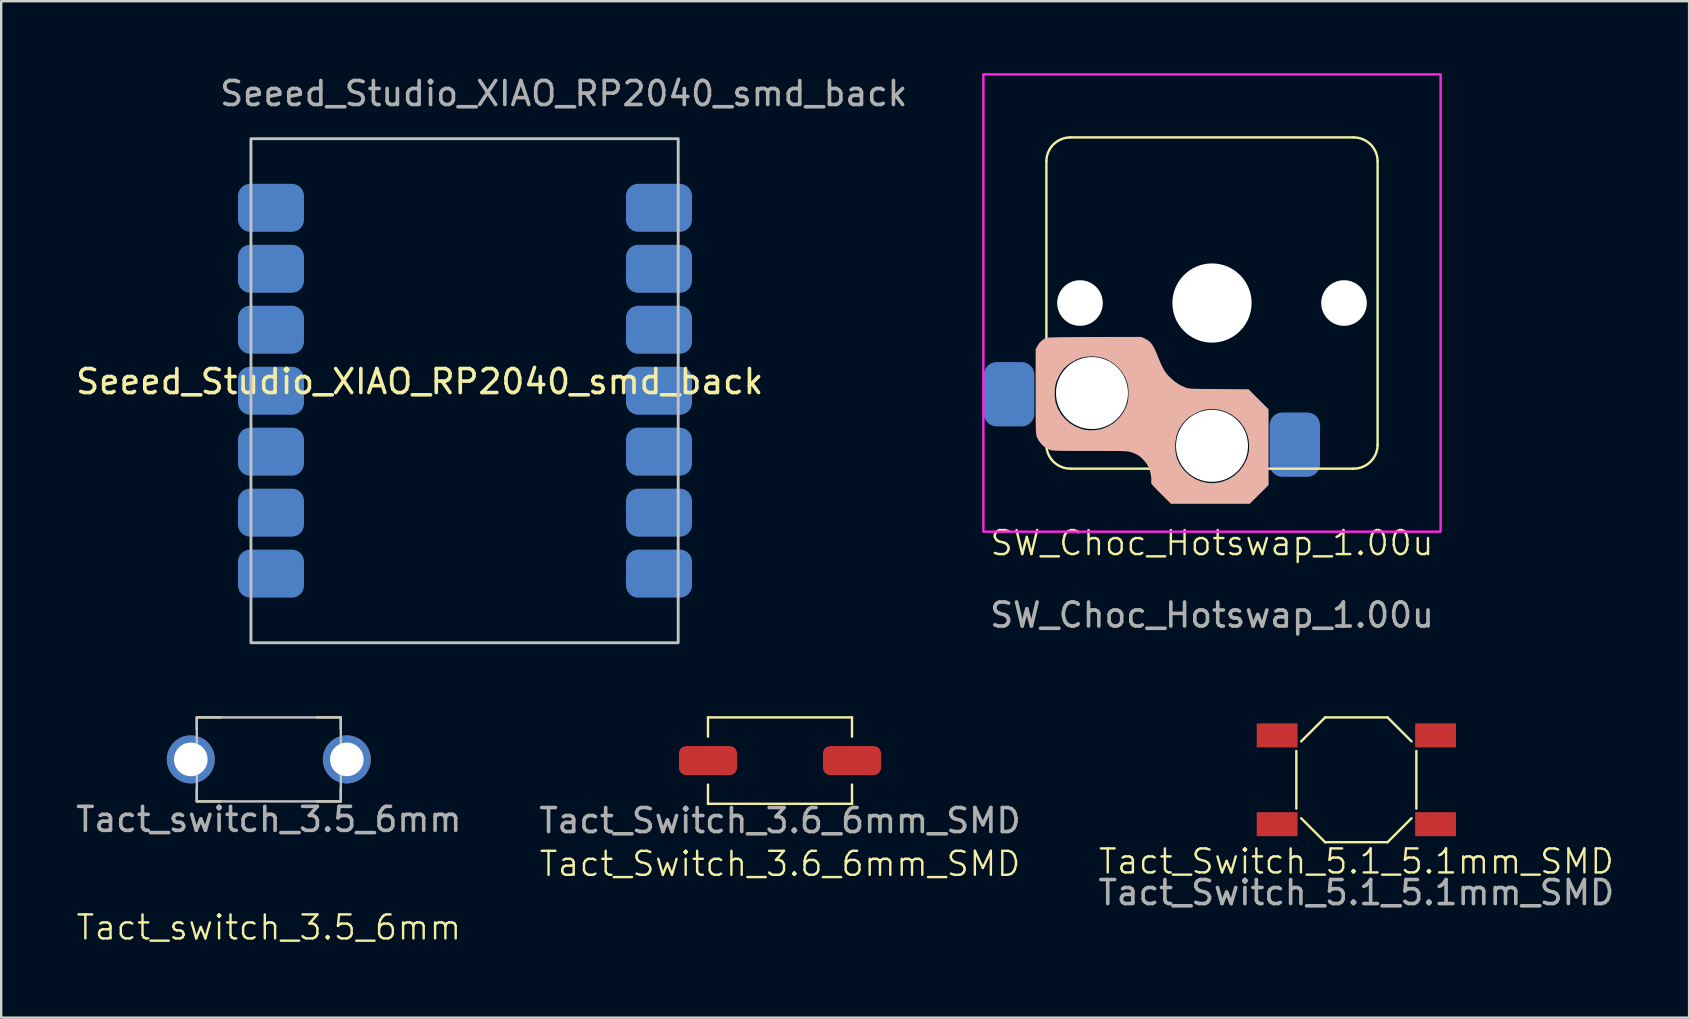
<source format=kicad_pcb>
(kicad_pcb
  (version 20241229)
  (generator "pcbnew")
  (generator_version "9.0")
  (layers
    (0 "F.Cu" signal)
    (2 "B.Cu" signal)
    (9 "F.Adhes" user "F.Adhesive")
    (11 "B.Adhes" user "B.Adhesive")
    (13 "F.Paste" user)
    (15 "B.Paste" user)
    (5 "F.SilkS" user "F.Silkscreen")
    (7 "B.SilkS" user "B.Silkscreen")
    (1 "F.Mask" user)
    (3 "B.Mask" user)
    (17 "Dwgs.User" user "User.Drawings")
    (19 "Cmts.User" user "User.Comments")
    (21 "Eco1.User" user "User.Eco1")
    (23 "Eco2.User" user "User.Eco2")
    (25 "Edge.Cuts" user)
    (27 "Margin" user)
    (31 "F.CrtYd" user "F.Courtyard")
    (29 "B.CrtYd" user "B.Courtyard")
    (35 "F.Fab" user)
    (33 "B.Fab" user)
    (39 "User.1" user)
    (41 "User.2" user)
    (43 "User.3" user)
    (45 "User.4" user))
  (footprint "Tact_Switch_5.1_5.1mm_SMD"
    (layer "F.Cu")
    (at 53.458 29.438)
    (property "Reference" "Tact_Switch_5.1_5.1mm_SMD" (at 0 3.4 0) (unlocked yes) (layer "F.SilkS") (effects (font (size 1 1) (thickness 0.1))))
    (attr smd)
    (fp_line (start -2.5 -1.2) (end -2.5 1.2) (stroke (width 0.1) (type default)) (layer "F.SilkS"))
    (fp_line (start -2.3 1.6) (end -1.3 2.6) (stroke (width 0.1) (type default)) (layer "F.SilkS"))
    (fp_line (start -1.3 -2.6) (end -2.3 -1.6) (stroke (width 0.1) (type default)) (layer "F.SilkS"))
    (fp_line (start -1.3 2.6) (end 1.3 2.6) (stroke (width 0.1) (type default)) (layer "F.SilkS"))
    (fp_line (start 1.3 -2.6) (end -1.3 -2.6) (stroke (width 0.1) (type default)) (layer "F.SilkS"))
    (fp_line (start 1.3 2.6) (end 2.3 1.6) (stroke (width 0.1) (type default)) (layer "F.SilkS"))
    (fp_line (start 2.3 -1.6) (end 1.3 -2.6) (stroke (width 0.1) (type default)) (layer "F.SilkS"))
    (fp_line (start 2.5 -1.2) (end 2.5 1.2) (stroke (width 0.1) (type default)) (layer "F.SilkS"))
    (fp_text user "${REFERENCE}" (at 0 4.7 0) (unlocked yes) (layer "F.Fab") (effects (font (size 1 1) (thickness 0.15))))
    (pad "1" smd rect (at -3.3 -1.85) (size 1.7 1) (layers "F.Cu" "F.Mask" "F.Paste"))
    (pad "2" smd rect (at 3.3 -1.85) (size 1.7 1) (layers "F.Cu" "F.Mask" "F.Paste"))
    (pad "3" smd rect (at -3.3 1.85) (size 1.7 1) (layers "F.Cu" "F.Mask" "F.Paste"))
    (pad "4" smd rect (at 3.3 1.85) (size 1.7 1) (layers "F.Cu" "F.Mask" "F.Paste")))
  (footprint "Seeed_Studio_XIAO_RP2040_smd_back"
    (layer "F.Cu")
    (at 16.405 12.728)
    (property "Reference" "Seeed_Studio_XIAO_RP2040_smd_back" (at -1.97 0.12 0) (unlocked yes) (layer "F.SilkS") (effects (font (size 1 1) (thickness 0.15))))
    (attr smd)
    (fp_rect (start -9 -10) (end 8.8 11) (stroke (width 0.12) (type solid)) (fill no) (layer "Dwgs.User"))
    (fp_text user "${REFERENCE}" (at 4.03 -11.88 0) (unlocked yes) (layer "F.Fab") (effects (font (size 1 1) (thickness 0.15))))
    (pad "1" smd roundrect (at -8.165 -7.12) (size 2.75 2) (layers "B.Cu" "B.Mask" "B.Paste") (roundrect_rratio 0.25))
    (pad "2" smd roundrect (at -8.165 -4.58) (size 2.75 2) (layers "B.Cu" "B.Mask" "B.Paste") (roundrect_rratio 0.25))
    (pad "3" smd roundrect (at -8.165 -2.04) (size 2.75 2) (layers "B.Cu" "B.Mask" "B.Paste") (roundrect_rratio 0.25))
    (pad "4" smd roundrect (at -8.165 0.5) (size 2.75 2) (layers "B.Cu" "B.Mask" "B.Paste") (roundrect_rratio 0.25))
    (pad "5" smd roundrect (at -8.165 3.04) (size 2.75 2) (layers "B.Cu" "B.Mask" "B.Paste") (roundrect_rratio 0.25))
    (pad "6" smd roundrect (at -8.165 5.58) (size 2.75 2) (layers "B.Cu" "B.Mask" "B.Paste") (roundrect_rratio 0.25))
    (pad "7" smd roundrect (at -8.165 8.12) (size 2.75 2) (layers "B.Cu" "B.Mask" "B.Paste") (roundrect_rratio 0.25))
    (pad "8" smd roundrect (at 8 8.12) (size 2.75 2) (layers "B.Cu" "B.Mask" "B.Paste") (roundrect_rratio 0.25))
    (pad "9" smd roundrect (at 8 5.58) (size 2.75 2) (layers "B.Cu" "B.Mask" "B.Paste") (roundrect_rratio 0.25))
    (pad "10" smd roundrect (at 8 3.04) (size 2.75 2) (layers "B.Cu" "B.Mask" "B.Paste") (roundrect_rratio 0.25))
    (pad "11" smd roundrect (at 8 0.5) (size 2.75 2) (layers "B.Cu" "B.Mask" "B.Paste") (roundrect_rratio 0.25))
    (pad "12" smd roundrect (at 8 -2.04) (size 2.75 2) (layers "B.Cu" "B.Mask" "B.Paste") (roundrect_rratio 0.25))
    (pad "13" smd roundrect (at 8 -4.58) (size 2.75 2) (layers "B.Cu" "B.Mask" "B.Paste") (roundrect_rratio 0.25))
    (pad "14" smd roundrect (at 8 -7.12) (size 2.75 2) (layers "B.Cu" "B.Mask" "B.Paste") (roundrect_rratio 0.25)))
  (footprint "Tact_Switch_3.6_6mm_SMD"
    (layer "F.Cu")
    (at 29.446 28.638)
    (property "Reference" "Tact_Switch_3.6_6mm_SMD" (at 0 4.3 0) (unlocked yes) (layer "F.SilkS") (effects (font (size 1 1) (thickness 0.1))))
    (attr smd)
    (fp_line (start -3 -1.8) (end -3 -1) (stroke (width 0.1) (type default)) (layer "F.SilkS"))
    (fp_line (start -3 -1.8) (end 3 -1.8) (stroke (width 0.1) (type default)) (layer "F.SilkS"))
    (fp_line (start -3 1.8) (end -3 1) (stroke (width 0.1) (type default)) (layer "F.SilkS"))
    (fp_line (start -3 1.8) (end 3 1.8) (stroke (width 0.1) (type default)) (layer "F.SilkS"))
    (fp_line (start 3 -1.8) (end 3 -1) (stroke (width 0.1) (type default)) (layer "F.SilkS"))
    (fp_line (start 3 1.8) (end 3 1) (stroke (width 0.1) (type default)) (layer "F.SilkS"))
    (fp_text user "${REFERENCE}" (at 0 2.5 0) (unlocked yes) (layer "F.Fab") (effects (font (size 1 1) (thickness 0.15))))
    (pad "1" smd roundrect (at -3 0) (size 2.42 1.21) (layers "F.Cu" "F.Mask" "F.Paste") (roundrect_rratio 0.25))
    (pad "2" smd roundrect (at 3 0) (size 2.42 1.21) (layers "F.Cu" "F.Mask" "F.Paste") (roundrect_rratio 0.25)))
  (footprint "SW_Choc_Hotswap_1.00u"
    (layer "F.Cu")
    (at 47.444 9.575)
    (property "Reference" "SW_Choc_Hotswap_1.00u" (at 0 10 0) (unlocked yes) (layer "F.SilkS") (effects (font (size 1 1) (thickness 0.1))))
    (attr smd)
    (fp_line (start -6.9 -5.9) (end -6.9 5.9) (stroke (width 0.1) (type default)) (layer "F.SilkS"))
    (fp_line (start -5.9 -6.9) (end 5.9 -6.9) (stroke (width 0.1) (type default)) (layer "F.SilkS"))
    (fp_line (start -5.9 6.9) (end -1.5 6.9) (stroke (width 0.1) (type default)) (layer "F.SilkS"))
    (fp_line (start 5.9 6.9) (end 1.4 6.9) (stroke (width 0.1) (type default)) (layer "F.SilkS"))
    (fp_line (start 6.9 -5.9) (end 6.9 5.9) (stroke (width 0.1) (type default)) (layer "F.SilkS"))
    (fp_arc (start -6.9 -5.9) (mid -6.607107 -6.607107) (end -5.9 -6.9) (stroke (width 0.1) (type default)) (layer "F.SilkS"))
    (fp_arc (start -5.9 6.9) (mid -6.607107 6.607107) (end -6.9 5.9) (stroke (width 0.1) (type default)) (layer "F.SilkS"))
    (fp_arc (start 5.9 -6.9) (mid 6.607107 -6.607107) (end 6.9 -5.9) (stroke (width 0.1) (type default)) (layer "F.SilkS"))
    (fp_arc (start 6.9 5.9) (mid 6.607107 6.607107) (end 5.9 6.9) (stroke (width 0.1) (type default)) (layer "F.SilkS"))
    (fp_poly (pts (xy -2.807 1.476) (xy -2.7 1.533) (xy -2.61 1.597) (xy -2.532 1.678) (xy -2.459 1.783) (xy -2.387 1.919) (xy -2.309 2.093) (xy -2.256 2.225) (xy -2.17 2.434) (xy -2.096 2.602) (xy -2.026 2.738) (xy -1.956 2.853) (xy -1.881 2.955) (xy -1.794 3.054) (xy -1.783 3.065) (xy -1.565 3.263) (xy -1.325 3.42) (xy -1.112 3.516) (xy -1.071 3.531) (xy -1.032 3.542) (xy -0.988 3.552) (xy -0.935 3.56) (xy -0.868 3.566) (xy -0.781 3.571) (xy -0.67 3.575) (xy -0.529 3.578) (xy -0.353 3.58) (xy -0.138 3.582) (xy 0.123 3.584) (xy 0.289 3.585) (xy 1.522 3.593) (xy 1.94 4.009) (xy 2.357 4.425) (xy 2.357 6.003) (xy 2.357 7.581) (xy 1.966 7.972) (xy 1.574 8.363) (xy -0.069 8.363) (xy -1.713 8.363) (xy -2.13 7.945) (xy -2.265 7.81) (xy -2.367 7.706) (xy -2.44 7.628) (xy -2.489 7.571) (xy -2.519 7.529) (xy -2.532 7.495) (xy -2.535 7.465) (xy -2.531 7.433) (xy -2.531 7.43) (xy -2.527 7.32) (xy -2.543 7.181) (xy -2.575 7.031) (xy -2.619 6.889) (xy -2.64 6.837) (xy -2.713 6.711) (xy -2.817 6.577) (xy -2.938 6.452) (xy -3.061 6.353) (xy -3.099 6.329) (xy -3.19 6.283) (xy -3.302 6.237) (xy -3.373 6.212) (xy -3.41 6.202) (xy -3.45 6.193) (xy -3.497 6.185) (xy -3.557 6.179) (xy -3.633 6.174) (xy -3.729 6.17) (xy -3.852 6.167) (xy -4.003 6.165) (xy -4.19 6.164) (xy -4.414 6.163) (xy -4.682 6.162) (xy -4.998 6.162) (xy -5.081 6.162) (xy -5.407 6.162) (xy -5.683 6.162) (xy -5.916 6.161) (xy -6.109 6.16) (xy -6.266 6.159) (xy -6.393 6.156) (xy -6.493 6.153) (xy -6.571 6.148) (xy -6.631 6.143) (xy -6.678 6.136) (xy -6.715 6.127) (xy -6.749 6.117) (xy -6.782 6.105) (xy -6.939 6.022) (xy -7.085 5.901) (xy -7.098 5.884) (xy -1.533 5.884) (xy -1.526 6.17) (xy -1.472 6.433) (xy -1.37 6.676) (xy -1.218 6.903) (xy -1.145 6.989) (xy -0.937 7.181) (xy -0.704 7.331) (xy -0.451 7.436) (xy -0.186 7.494) (xy 0.086 7.504) (xy 0.359 7.463) (xy 0.425 7.445) (xy 0.69 7.34) (xy 0.928 7.192) (xy 1.135 7.004) (xy 1.307 6.781) (xy 1.44 6.526) (xy 1.498 6.361) (xy 1.537 6.163) (xy 1.546 5.94) (xy 1.526 5.712) (xy 1.477 5.499) (xy 1.473 5.486) (xy 1.362 5.227) (xy 1.211 4.998) (xy 1.025 4.803) (xy 0.809 4.643) (xy 0.568 4.524) (xy 0.309 4.447) (xy 0.036 4.416) (xy -0.245 4.434) (xy -0.283 4.441) (xy -0.447 4.485) (xy -0.627 4.56) (xy -0.806 4.654) (xy -0.965 4.759) (xy -1.061 4.841) (xy -1.248 5.053) (xy -1.385 5.275) (xy -1.476 5.516) (xy -1.525 5.783) (xy -1.533 5.884) (xy -7.098 5.884) (xy -7.206 5.755) (xy -7.289 5.598) (xy -7.289 5.598) (xy -7.301 5.566) (xy -7.311 5.535) (xy -7.319 5.499) (xy -7.326 5.455) (xy -7.331 5.399) (xy -7.336 5.326) (xy -7.339 5.233) (xy -7.342 5.115) (xy -7.344 4.968) (xy -7.345 4.788) (xy -7.346 4.572) (xy -7.347 4.314) (xy -7.347 4.011) (xy -7.347 3.693) (xy -6.55 3.693) (xy -6.549 3.878) (xy -6.533 4.049) (xy -6.512 4.155) (xy -6.418 4.41) (xy -6.28 4.644) (xy -6.102 4.851) (xy -5.892 5.026) (xy -5.654 5.164) (xy -5.395 5.258) (xy -5.269 5.286) (xy -5.122 5.3) (xy -4.948 5.298) (xy -4.771 5.282) (xy -4.614 5.252) (xy -4.586 5.244) (xy -4.323 5.139) (xy -4.086 4.991) (xy -3.879 4.805) (xy -3.709 4.585) (xy -3.58 4.338) (xy -3.515 4.146) (xy -3.491 4.009) (xy -3.479 3.841) (xy -3.479 3.664) (xy -3.492 3.496) (xy -3.515 3.37) (xy -3.609 3.113) (xy -3.748 2.876) (xy -3.926 2.666) (xy -4.138 2.49) (xy -4.378 2.352) (xy -4.538 2.29) (xy -4.762 2.239) (xy -5.007 2.221) (xy -5.253 2.237) (xy -5.479 2.286) (xy -5.489 2.29) (xy -5.664 2.362) (xy -5.844 2.463) (xy -6.012 2.581) (xy -6.149 2.704) (xy -6.179 2.737) (xy -6.292 2.891) (xy -6.396 3.074) (xy -6.478 3.262) (xy -6.512 3.367) (xy -6.538 3.516) (xy -6.55 3.693) (xy -7.347 3.693) (xy -7.347 3.687) (xy -7.347 1.93) (xy -7.274 1.786) (xy -7.181 1.649) (xy -7.059 1.536) (xy -6.922 1.46) (xy -6.875 1.444) (xy -6.829 1.439) (xy -6.733 1.435) (xy -6.589 1.43) (xy -6.4 1.426) (xy -6.169 1.423) (xy -5.899 1.42) (xy -5.592 1.418) (xy -5.251 1.416) (xy -4.878 1.415) (xy -4.862 1.415) (xy -2.948 1.411)) (stroke (width 0) (type solid)) (fill yes) (layer "B.SilkS"))
    (fp_rect (start -9.525 -9.525) (end 9.525 9.525) (stroke (width 0.1) (type default)) (fill no) (layer "F.CrtYd"))
    (fp_text user "${REFERENCE}" (at 0 13 0) (unlocked yes) (layer "F.Fab") (effects (font (size 1 1) (thickness 0.15))))
    (pad "" np_thru_hole circle (at -5.5 0) (size 1.9 1.9) (drill 1.9) (layers "*.Cu" "*.Mask"))
    (pad "" np_thru_hole circle (at -5 3.75) (size 3 3) (drill 3) (layers "*.Cu" "*.Mask"))
    (pad "" np_thru_hole circle (at 0 0) (size 3.3 3.3) (drill 3.3) (layers "*.Cu" "*.Mask"))
    (pad "" np_thru_hole circle (at 0 5.95) (size 3 3) (drill 3) (layers "*.Cu" "*.Mask"))
    (pad "" np_thru_hole circle (at 5.5 0) (size 1.9 1.9) (drill 1.9) (layers "*.Cu" "*.Mask"))
    (pad "1" smd roundrect (at -8.4 3.8) (size 2.1 2.68) (drill (offset -0.05 0)) (layers "B.Cu" "B.Mask" "B.Paste") (roundrect_rratio 0.25))
    (pad "2" smd roundrect (at 3.4 5.9) (size 2.1 2.68) (drill (offset 0.05 0)) (layers "B.Cu" "B.Mask" "B.Paste") (roundrect_rratio 0.25)))
  (footprint "Tact_switch_3.5_6mm"
    (layer "F.Cu")
    (at 8.149 28.588)
    (property "Reference" "Tact_switch_3.5_6mm" (at 0 7 0) (unlocked yes) (layer "F.SilkS") (effects (font (size 1 1) (thickness 0.1))))
    (attr smd)
    (fp_line (start -3 -1.75) (end -3 -1.25) (stroke (width 0.1) (type default)) (layer "F.SilkS"))
    (fp_line (start -3 -1.75) (end -2 -1.75) (stroke (width 0.1) (type default)) (layer "F.SilkS"))
    (fp_line (start -3 1.75) (end -3 1.25) (stroke (width 0.1) (type default)) (layer "F.SilkS"))
    (fp_line (start -3 1.75) (end -2 1.75) (stroke (width 0.1) (type default)) (layer "F.SilkS"))
    (fp_line (start 3 -1.75) (end 2 -1.75) (stroke (width 0.1) (type default)) (layer "F.SilkS"))
    (fp_line (start 3 -1.75) (end 3 -1.25) (stroke (width 0.1) (type default)) (layer "F.SilkS"))
    (fp_line (start 3 1.75) (end 2 1.75) (stroke (width 0.1) (type default)) (layer "F.SilkS"))
    (fp_line (start 3 1.75) (end 3 1.25) (stroke (width 0.1) (type default)) (layer "F.SilkS"))
    (fp_rect (start -3 -1.75) (end 3 1.75) (stroke (width 0.1) (type default)) (fill no) (layer "Dwgs.User"))
    (fp_text user "${REFERENCE}" (at 0 2.5 0) (unlocked yes) (layer "F.Fab") (effects (font (size 1 1) (thickness 0.15))))
    (pad "1" thru_hole circle (at -3.25 0) (size 2 2) (drill 1.4) (layers "*.Cu" "*.Mask"))
    (pad "2" thru_hole circle (at 3.25 0) (size 2 2) (drill 1.4) (layers "*.Cu" "*.Mask")))
  (gr_rect
    (start -3 -3)
    (end 67.321 39.349)
    (stroke (width 0.1) (type default))
    (fill no)
    (layer "Edge.Cuts")))
</source>
